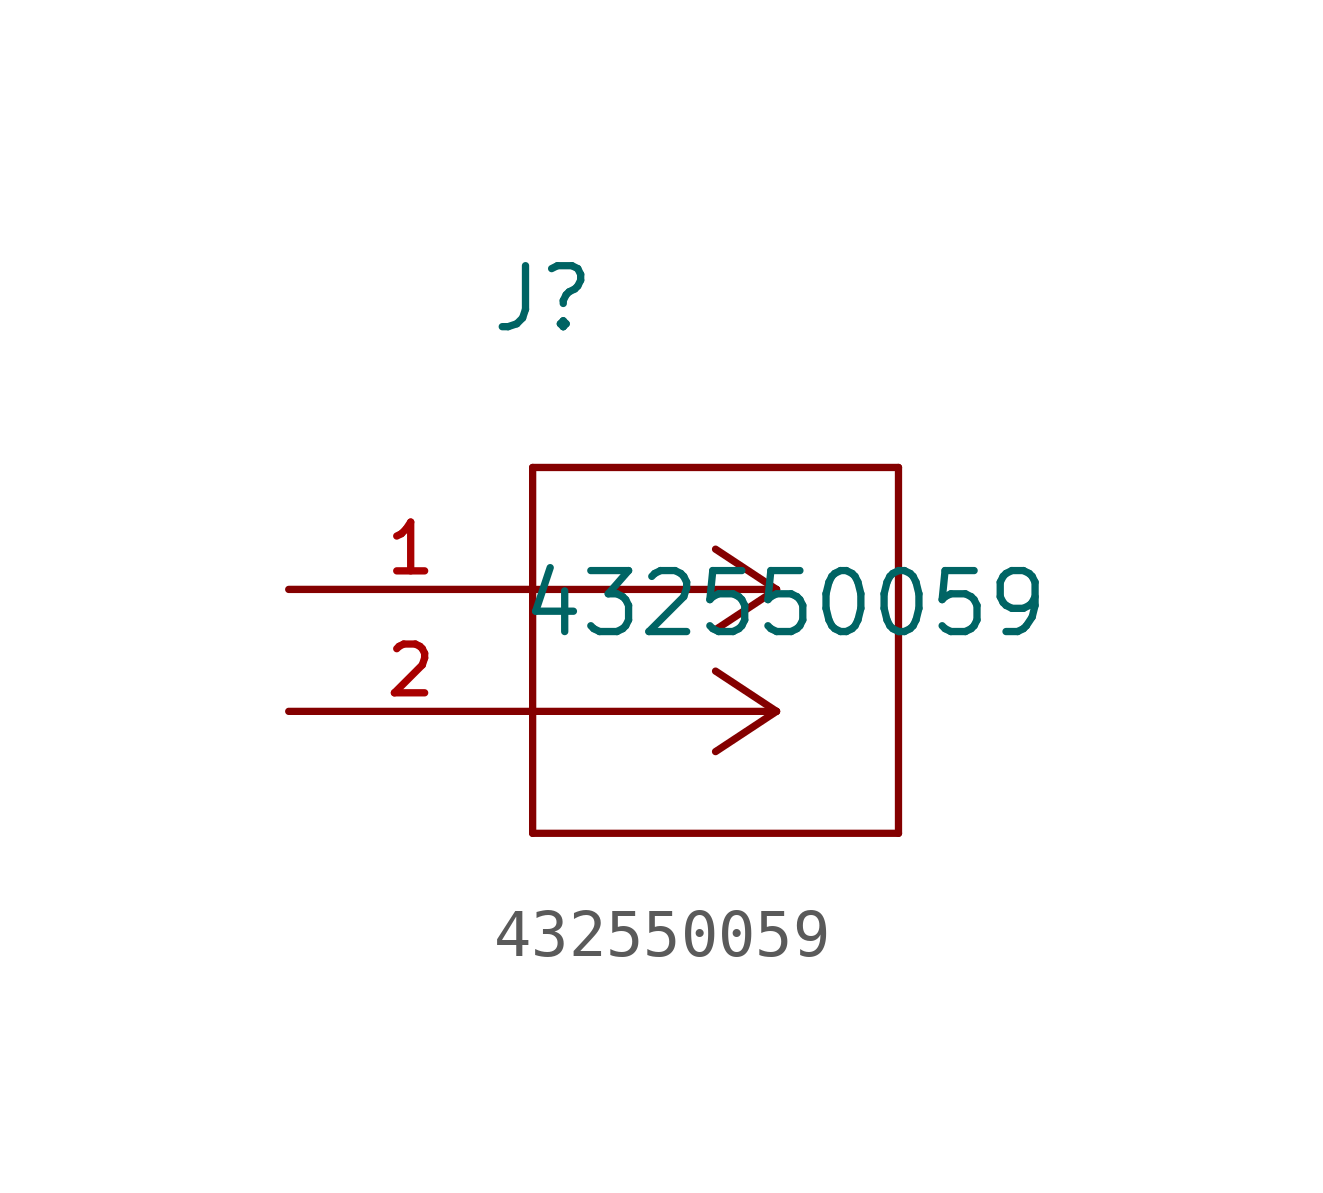
<source format=kicad_sym>
(kicad_symbol_lib
  (version 20211014)
  (generator kicad_symbol_editor)
  (symbol "432550059"
    (pin_names
      (offset 1.016))
    (property "Reference" "J"
      (at 4.166 5.309 0.0)
      (effects (font (size 1.27 1.27)) (justify bottom left)))
    (property "Value" "432550059"
      (at 4.801 -1.041 0.0)
      (effects (font (size 1.27 1.27)) (justify bottom left)))
    (symbol "432550059_0_0"
      (polyline (pts (xy 10.16 0.0) (xy 5.08 0.0)) (stroke (width 0.152)))
      (polyline (pts (xy 10.16 -2.54) (xy 5.08 -2.54)) (stroke (width 0.152)))
      (polyline (pts (xy 10.16 0.0) (xy 8.89 0.838)) (stroke (width 0.152)))
      (polyline (pts (xy 10.16 -2.54) (xy 8.89 -1.702)) (stroke (width 0.152)))
      (polyline (pts (xy 10.16 0.0) (xy 8.89 -0.838)) (stroke (width 0.152)))
      (polyline (pts (xy 10.16 -2.54) (xy 8.89 -3.378)) (stroke (width 0.152)))
      (polyline (pts (xy 5.08 2.54) (xy 5.08 -5.08)) (stroke (width 0.152)))
      (polyline (pts (xy 5.08 -5.08) (xy 12.7 -5.08)) (stroke (width 0.152)))
      (polyline (pts (xy 12.7 -5.08) (xy 12.7 2.54)) (stroke (width 0.152)))
      (polyline (pts (xy 12.7 2.54) (xy 5.08 2.54)) (stroke (width 0.152)))
      (pin passive line (at 0.0 0.0 0) (length 5.08) (name "~" (effects (font (size 1.016 1.016)))) (number "1" (effects (font (size 1.016 1.016)))))
      (pin passive line (at 0.0 -2.54 0) (length 5.08) (name "~" (effects (font (size 1.016 1.016)))) (number "2" (effects (font (size 1.016 1.016))))))))
</source>
